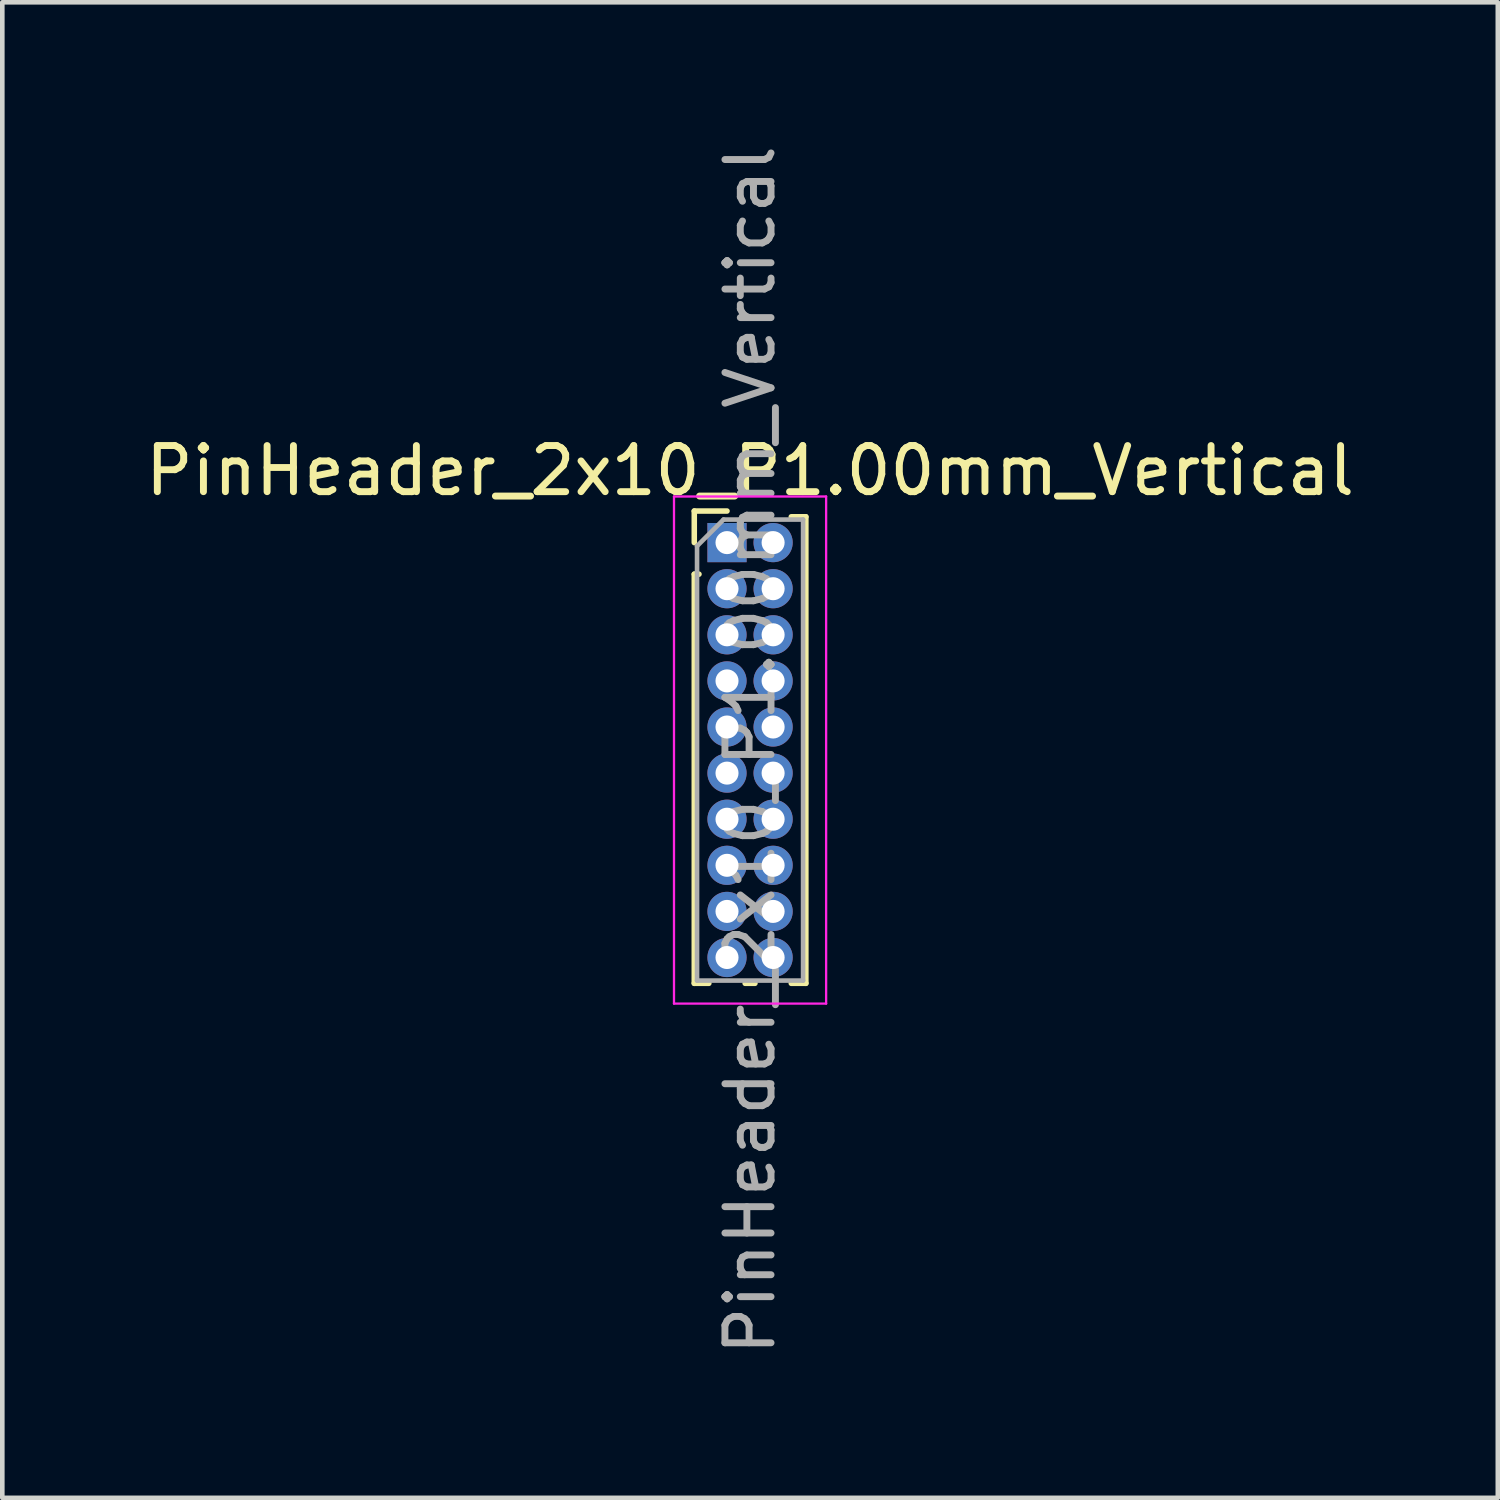
<source format=kicad_pcb>
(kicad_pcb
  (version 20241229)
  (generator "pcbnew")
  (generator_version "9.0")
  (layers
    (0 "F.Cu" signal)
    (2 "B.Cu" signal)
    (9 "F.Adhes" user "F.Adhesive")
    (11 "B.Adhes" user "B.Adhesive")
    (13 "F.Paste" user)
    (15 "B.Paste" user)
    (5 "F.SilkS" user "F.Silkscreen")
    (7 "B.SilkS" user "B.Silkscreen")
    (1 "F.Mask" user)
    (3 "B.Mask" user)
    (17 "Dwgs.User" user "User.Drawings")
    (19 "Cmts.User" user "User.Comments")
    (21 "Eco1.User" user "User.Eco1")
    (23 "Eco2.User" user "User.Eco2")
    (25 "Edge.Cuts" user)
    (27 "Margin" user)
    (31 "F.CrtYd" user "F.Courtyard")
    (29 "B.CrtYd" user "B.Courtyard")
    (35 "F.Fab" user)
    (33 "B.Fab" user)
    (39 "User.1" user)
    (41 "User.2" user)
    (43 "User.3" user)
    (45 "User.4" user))
  (footprint "PinHeader_2x10_P1.00mm_Vertical"
    (layer "F.Cu")
    (at 12.72 8.72)
    (property "Reference" "PinHeader_2x10_P1.00mm_Vertical" (at 0.5 -1.56 0) (layer "F.SilkS") (effects (font (size 1 1) (thickness 0.15))))
    (attr through_hole)
    (fp_line (start -0.71 -0.685) (end 0 -0.685) (stroke (width 0.12) (type solid)) (layer "F.SilkS"))
    (fp_line (start -0.71 0) (end -0.71 -0.685) (stroke (width 0.12) (type solid)) (layer "F.SilkS"))
    (fp_line (start -0.71 0.685) (end -0.71 9.56) (stroke (width 0.12) (type solid)) (layer "F.SilkS"))
    (fp_line (start -0.71 0.685) (end -0.608 0.685) (stroke (width 0.12) (type solid)) (layer "F.SilkS"))
    (fp_line (start -0.71 9.56) (end -0.394 9.56) (stroke (width 0.12) (type solid)) (layer "F.SilkS"))
    (fp_line (start 0.394 9.56) (end 0.606 9.56) (stroke (width 0.12) (type solid)) (layer "F.SilkS"))
    (fp_line (start 1.394 -0.56) (end 1.71 -0.56) (stroke (width 0.12) (type solid)) (layer "F.SilkS"))
    (fp_line (start 1.394 9.56) (end 1.71 9.56) (stroke (width 0.12) (type solid)) (layer "F.SilkS"))
    (fp_line (start 1.71 -0.56) (end 1.71 9.56) (stroke (width 0.12) (type solid)) (layer "F.SilkS"))
    (fp_line (start -1.15 -1) (end -1.15 10) (stroke (width 0.05) (type solid)) (layer "F.CrtYd"))
    (fp_line (start -1.15 10) (end 2.15 10) (stroke (width 0.05) (type solid)) (layer "F.CrtYd"))
    (fp_line (start 2.15 -1) (end -1.15 -1) (stroke (width 0.05) (type solid)) (layer "F.CrtYd"))
    (fp_line (start 2.15 10) (end 2.15 -1) (stroke (width 0.05) (type solid)) (layer "F.CrtYd"))
    (fp_line (start -0.65 0.075) (end -0.075 -0.5) (stroke (width 0.1) (type solid)) (layer "F.Fab"))
    (fp_line (start -0.65 9.5) (end -0.65 0.075) (stroke (width 0.1) (type solid)) (layer "F.Fab"))
    (fp_line (start -0.075 -0.5) (end 1.65 -0.5) (stroke (width 0.1) (type solid)) (layer "F.Fab"))
    (fp_line (start 1.65 -0.5) (end 1.65 9.5) (stroke (width 0.1) (type solid)) (layer "F.Fab"))
    (fp_line (start 1.65 9.5) (end -0.65 9.5) (stroke (width 0.1) (type solid)) (layer "F.Fab"))
    (fp_text user "${REFERENCE}" (at 0.5 4.5 90) (layer "F.Fab") (effects (font (size 1 1) (thickness 0.15))))
    (pad "1" thru_hole rect (at 0 0) (size 0.85 0.85) (drill 0.5) (layers "*.Cu" "*.Mask"))
    (pad "2" thru_hole oval (at 1 0) (size 0.85 0.85) (drill 0.5) (layers "*.Cu" "*.Mask"))
    (pad "3" thru_hole oval (at 0 1) (size 0.85 0.85) (drill 0.5) (layers "*.Cu" "*.Mask"))
    (pad "4" thru_hole oval (at 1 1) (size 0.85 0.85) (drill 0.5) (layers "*.Cu" "*.Mask"))
    (pad "5" thru_hole oval (at 0 2) (size 0.85 0.85) (drill 0.5) (layers "*.Cu" "*.Mask"))
    (pad "6" thru_hole oval (at 1 2) (size 0.85 0.85) (drill 0.5) (layers "*.Cu" "*.Mask"))
    (pad "7" thru_hole oval (at 0 3) (size 0.85 0.85) (drill 0.5) (layers "*.Cu" "*.Mask"))
    (pad "8" thru_hole oval (at 1 3) (size 0.85 0.85) (drill 0.5) (layers "*.Cu" "*.Mask"))
    (pad "9" thru_hole oval (at 0 4) (size 0.85 0.85) (drill 0.5) (layers "*.Cu" "*.Mask"))
    (pad "10" thru_hole oval (at 1 4) (size 0.85 0.85) (drill 0.5) (layers "*.Cu" "*.Mask"))
    (pad "11" thru_hole oval (at 0 5) (size 0.85 0.85) (drill 0.5) (layers "*.Cu" "*.Mask"))
    (pad "12" thru_hole oval (at 1 5) (size 0.85 0.85) (drill 0.5) (layers "*.Cu" "*.Mask"))
    (pad "13" thru_hole oval (at 0 6) (size 0.85 0.85) (drill 0.5) (layers "*.Cu" "*.Mask"))
    (pad "14" thru_hole oval (at 1 6) (size 0.85 0.85) (drill 0.5) (layers "*.Cu" "*.Mask"))
    (pad "15" thru_hole oval (at 0 7) (size 0.85 0.85) (drill 0.5) (layers "*.Cu" "*.Mask"))
    (pad "16" thru_hole oval (at 1 7) (size 0.85 0.85) (drill 0.5) (layers "*.Cu" "*.Mask"))
    (pad "17" thru_hole oval (at 0 8) (size 0.85 0.85) (drill 0.5) (layers "*.Cu" "*.Mask"))
    (pad "18" thru_hole oval (at 1 8) (size 0.85 0.85) (drill 0.5) (layers "*.Cu" "*.Mask"))
    (pad "19" thru_hole oval (at 0 9) (size 0.85 0.85) (drill 0.5) (layers "*.Cu" "*.Mask"))
    (pad "20" thru_hole oval (at 1 9) (size 0.85 0.85) (drill 0.5) (layers "*.Cu" "*.Mask")))
  (gr_rect
    (start -3 -3)
    (end 29.44 29.44)
    (stroke (width 0.1) (type default))
    (fill no)
    (layer "Edge.Cuts")))
</source>
